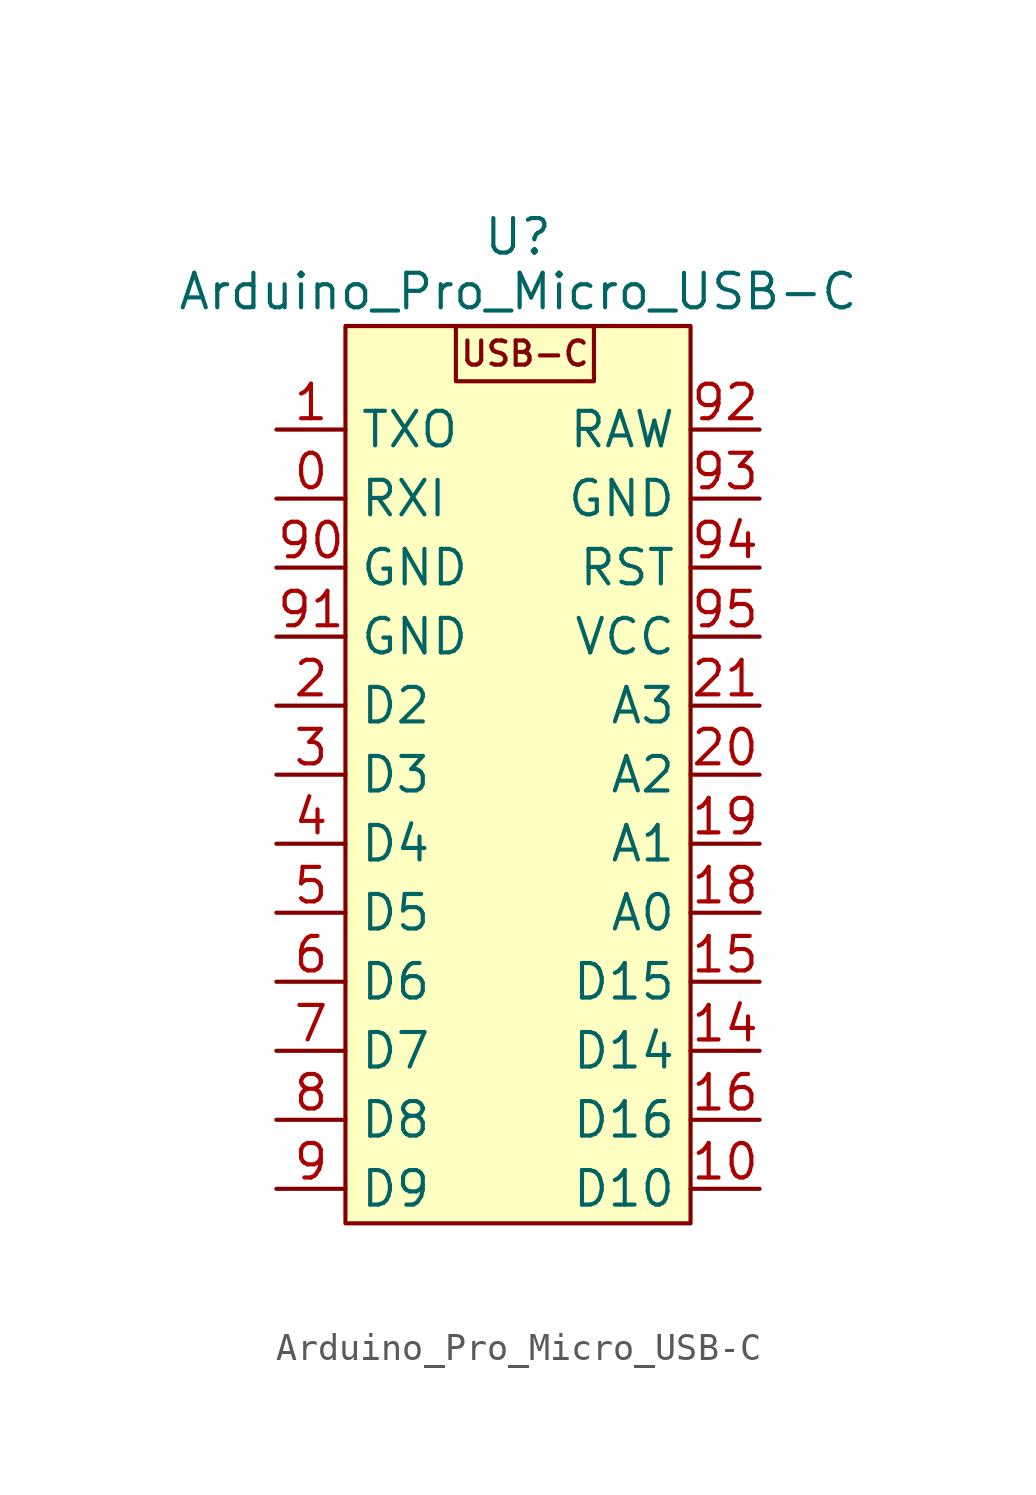
<source format=kicad_sym>
(kicad_symbol_lib
  (version 20211014)
  (generator kicad_symbol_editor)
  (symbol "Arduino_Pro_Micro_USB-C"
    (property "Reference" "U"
      (at 0 19.05 0)
      (effects (font (size 1.27 1.27)) (justify bottom)))
    (property "Value" "Arduino_Pro_Micro_USB-C"
      (at 0 17.78 0)
      (effects (font (size 1.27 1.27))))
    (symbol "Arduino_Pro_Micro_USB-C_0_0"
      (text "USB-C" (at 0.254 15.494 0) (effects (font (size 0.889 0.889)))))
    (symbol "Arduino_Pro_Micro_USB-C_0_1"
      (rectangle (start -6.35 16.51) (end 6.35 -16.51) (stroke (width 0) (type default) (color 0 0 0 0)) (fill (type background)))
      (rectangle (start -2.286 16.51) (end 2.794 14.478) (stroke (width 0) (type default) (color 0 0 0 0)) (fill (type none)))
      (pin input line (at -8.89 10.16 0) (length 2.54) (name "RXI" (effects (font (size 1.27 1.27)))) (number "0" (effects (font (size 1.27 1.27)))))
      (pin output line (at -8.89 12.7 0) (length 2.54) (name "TXO" (effects (font (size 1.27 1.27)))) (number "1" (effects (font (size 1.27 1.27)))))
      (pin bidirectional line (at 8.89 -15.24 180) (length 2.54) (name "D10" (effects (font (size 1.27 1.27)))) (number "10" (effects (font (size 1.27 1.27)))))
      (pin bidirectional line (at 8.89 -10.16 180) (length 2.54) (name "D14" (effects (font (size 1.27 1.27)))) (number "14" (effects (font (size 1.27 1.27)))))
      (pin bidirectional line (at 8.89 -7.62 180) (length 2.54) (name "D15" (effects (font (size 1.27 1.27)))) (number "15" (effects (font (size 1.27 1.27)))))
      (pin bidirectional line (at 8.89 -12.7 180) (length 2.54) (name "D16" (effects (font (size 1.27 1.27)))) (number "16" (effects (font (size 1.27 1.27)))))
      (pin bidirectional line (at 8.89 -5.08 180) (length 2.54) (name "A0" (effects (font (size 1.27 1.27)))) (number "18" (effects (font (size 1.27 1.27)))))
      (pin bidirectional line (at 8.89 -2.54 180) (length 2.54) (name "A1" (effects (font (size 1.27 1.27)))) (number "19" (effects (font (size 1.27 1.27)))))
      (pin bidirectional line (at -8.89 2.54 0) (length 2.54) (name "D2" (effects (font (size 1.27 1.27)))) (number "2" (effects (font (size 1.27 1.27)))))
      (pin bidirectional line (at 8.89 0 180) (length 2.54) (name "A2" (effects (font (size 1.27 1.27)))) (number "20" (effects (font (size 1.27 1.27)))))
      (pin bidirectional line (at 8.89 2.54 180) (length 2.54) (name "A3" (effects (font (size 1.27 1.27)))) (number "21" (effects (font (size 1.27 1.27)))))
      (pin bidirectional line (at -8.89 0 0) (length 2.54) (name "D3" (effects (font (size 1.27 1.27)))) (number "3" (effects (font (size 1.27 1.27)))))
      (pin bidirectional line (at -8.89 -2.54 0) (length 2.54) (name "D4" (effects (font (size 1.27 1.27)))) (number "4" (effects (font (size 1.27 1.27)))))
      (pin bidirectional line (at -8.89 -5.08 0) (length 2.54) (name "D5" (effects (font (size 1.27 1.27)))) (number "5" (effects (font (size 1.27 1.27)))))
      (pin bidirectional line (at -8.89 -7.62 0) (length 2.54) (name "D6" (effects (font (size 1.27 1.27)))) (number "6" (effects (font (size 1.27 1.27)))))
      (pin bidirectional line (at -8.89 -10.16 0) (length 2.54) (name "D7" (effects (font (size 1.27 1.27)))) (number "7" (effects (font (size 1.27 1.27)))))
      (pin bidirectional line (at -8.89 -12.7 0) (length 2.54) (name "D8" (effects (font (size 1.27 1.27)))) (number "8" (effects (font (size 1.27 1.27)))))
      (pin bidirectional line (at -8.89 -15.24 0) (length 2.54) (name "D9" (effects (font (size 1.27 1.27)))) (number "9" (effects (font (size 1.27 1.27)))))
      (pin power_in line (at -8.89 7.62 0) (length 2.54) (name "GND" (effects (font (size 1.27 1.27)))) (number "90" (effects (font (size 1.27 1.27)))))
      (pin power_in line (at -8.89 5.08 0) (length 2.54) (name "GND" (effects (font (size 1.27 1.27)))) (number "91" (effects (font (size 1.27 1.27)))))
      (pin power_out line (at 8.89 12.7 180) (length 2.54) (name "RAW" (effects (font (size 1.27 1.27)))) (number "92" (effects (font (size 1.27 1.27)))))
      (pin power_out line (at 8.89 10.16 180) (length 2.54) (name "GND" (effects (font (size 1.27 1.27)))) (number "93" (effects (font (size 1.27 1.27)))))
      (pin bidirectional line (at 8.89 7.62 180) (length 2.54) (name "RST" (effects (font (size 1.27 1.27)))) (number "94" (effects (font (size 1.27 1.27)))))
      (pin power_out line (at 8.89 5.08 180) (length 2.54) (name "VCC" (effects (font (size 1.27 1.27)))) (number "95" (effects (font (size 1.27 1.27))))))))
</source>
